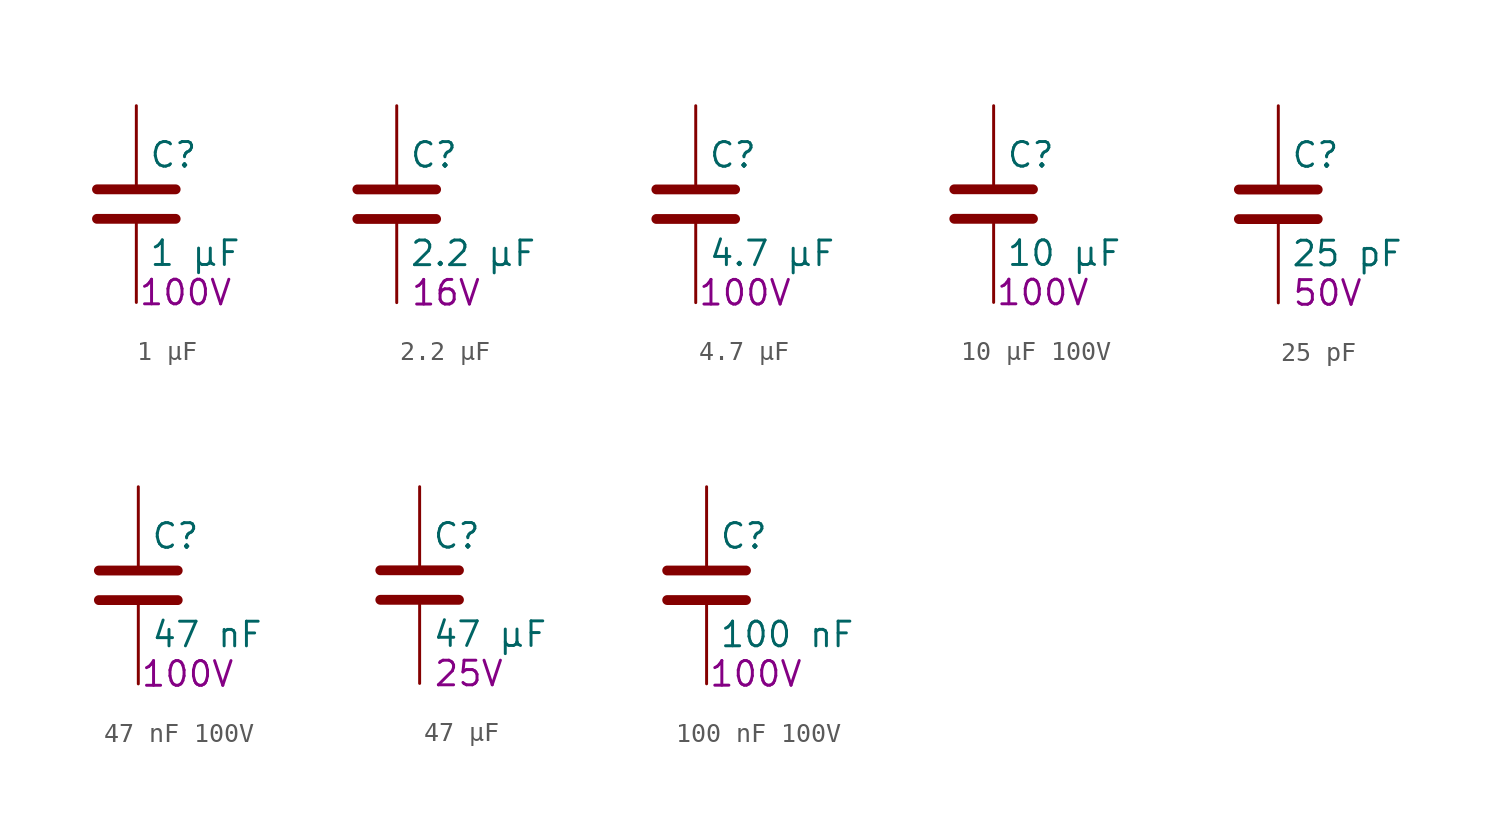
<source format=kicad_sym>
(kicad_symbol_lib
  (version 20241209)
  (generator "kicad_symbol_editor")
  (generator_version "9.0")
  (symbol "1 µF"
    (pin_numbers
      (hide yes))
    (pin_names
      (offset 0.254))
    (property "Reference" "C"
      (at 0.635 2.54 0)
      (effects (font (size 1.27 1.27)) (justify left)))
    (property "Value" "1 µF"
      (at 0.635 -2.54 0)
      (effects (font (size 1.27 1.27)) (justify left)))
    (property "Voltage Rating" "100V"
      (at 2.54 -4.572 0)
      (effects (font (size 1.27 1.27))))
    (symbol "1 µF_0_1"
      (polyline (pts (xy -2.032 0.762) (xy 2.032 0.762)) (stroke (width 0.508) (type default)) (fill (type none)))
      (polyline (pts (xy -2.032 -0.762) (xy 2.032 -0.762)) (stroke (width 0.508) (type default)) (fill (type none))))
    (symbol "1 µF_1_1"
      (pin passive line (at 0 5.08 270) (length 4.064) (name "~" (effects (font (size 1.27 1.27)))) (number "1" (effects (font (size 1.27 1.27)))))
      (pin passive line (at 0 -5.08 90) (length 4.064) (name "~" (effects (font (size 1.27 1.27)))) (number "2" (effects (font (size 1.27 1.27)))))))
  (symbol "2.2 µF"
    (pin_numbers
      (hide yes))
    (pin_names
      (offset 0.254))
    (property "Reference" "C"
      (at 0.635 2.54 0)
      (effects (font (size 1.27 1.27)) (justify left)))
    (property "Value" "2.2 µF"
      (at 0.635 -2.54 0)
      (effects (font (size 1.27 1.27)) (justify left)))
    (property "Voltage Rating" "16V"
      (at 2.54 -4.572 0)
      (effects (font (size 1.27 1.27))))
    (symbol "2.2 µF_0_1"
      (polyline (pts (xy -2.032 0.762) (xy 2.032 0.762)) (stroke (width 0.508) (type default)) (fill (type none)))
      (polyline (pts (xy -2.032 -0.762) (xy 2.032 -0.762)) (stroke (width 0.508) (type default)) (fill (type none))))
    (symbol "2.2 µF_1_1"
      (pin passive line (at 0 5.08 270) (length 4.064) (name "~" (effects (font (size 1.27 1.27)))) (number "1" (effects (font (size 1.27 1.27)))))
      (pin passive line (at 0 -5.08 90) (length 4.064) (name "~" (effects (font (size 1.27 1.27)))) (number "2" (effects (font (size 1.27 1.27)))))))
  (symbol "4.7 µF"
    (pin_numbers
      (hide yes))
    (pin_names
      (offset 0.254))
    (property "Reference" "C"
      (at 0.635 2.54 0)
      (effects (font (size 1.27 1.27)) (justify left)))
    (property "Value" "4.7 µF"
      (at 0.635 -2.54 0)
      (effects (font (size 1.27 1.27)) (justify left)))
    (property "Voltage Rating" "100V"
      (at 2.54 -4.572 0)
      (effects (font (size 1.27 1.27))))
    (symbol "4.7 µF_0_1"
      (polyline (pts (xy -2.032 0.762) (xy 2.032 0.762)) (stroke (width 0.508) (type default)) (fill (type none)))
      (polyline (pts (xy -2.032 -0.762) (xy 2.032 -0.762)) (stroke (width 0.508) (type default)) (fill (type none))))
    (symbol "4.7 µF_1_1"
      (pin passive line (at 0 5.08 270) (length 4.064) (name "~" (effects (font (size 1.27 1.27)))) (number "1" (effects (font (size 1.27 1.27)))))
      (pin passive line (at 0 -5.08 90) (length 4.064) (name "~" (effects (font (size 1.27 1.27)))) (number "2" (effects (font (size 1.27 1.27)))))))
  (symbol "10 µF 100V"
    (pin_numbers
      (hide yes))
    (pin_names
      (offset 0.254))
    (property "Reference" "C"
      (at 0.635 2.54 0)
      (effects (font (size 1.27 1.27)) (justify left)))
    (property "Value" "10 µF"
      (at 0.635 -2.54 0)
      (effects (font (size 1.27 1.27)) (justify left)))
    (property "Voltage Rating" "100V"
      (at 2.54 -4.572 0)
      (effects (font (size 1.27 1.27))))
    (symbol "10 µF 100V_0_1"
      (polyline (pts (xy -2.032 0.762) (xy 2.032 0.762)) (stroke (width 0.508) (type default)) (fill (type none)))
      (polyline (pts (xy -2.032 -0.762) (xy 2.032 -0.762)) (stroke (width 0.508) (type default)) (fill (type none))))
    (symbol "10 µF 100V_1_1"
      (pin passive line (at 0 5.08 270) (length 4.064) (name "~" (effects (font (size 1.27 1.27)))) (number "1" (effects (font (size 1.27 1.27)))))
      (pin passive line (at 0 -5.08 90) (length 4.064) (name "~" (effects (font (size 1.27 1.27)))) (number "2" (effects (font (size 1.27 1.27)))))))
  (symbol "25 pF"
    (pin_numbers
      (hide yes))
    (pin_names
      (offset 0.254))
    (property "Reference" "C"
      (at 0.635 2.54 0)
      (effects (font (size 1.27 1.27)) (justify left)))
    (property "Value" "25 pF"
      (at 0.635 -2.54 0)
      (effects (font (size 1.27 1.27)) (justify left)))
    (property "Voltage Rating" "50V"
      (at 2.54 -4.572 0)
      (effects (font (size 1.27 1.27))))
    (symbol "25 pF_0_1"
      (polyline (pts (xy -2.032 0.762) (xy 2.032 0.762)) (stroke (width 0.508) (type default)) (fill (type none)))
      (polyline (pts (xy -2.032 -0.762) (xy 2.032 -0.762)) (stroke (width 0.508) (type default)) (fill (type none))))
    (symbol "25 pF_1_1"
      (pin passive line (at 0 5.08 270) (length 4.064) (name "~" (effects (font (size 1.27 1.27)))) (number "1" (effects (font (size 1.27 1.27)))))
      (pin passive line (at 0 -5.08 90) (length 4.064) (name "~" (effects (font (size 1.27 1.27)))) (number "2" (effects (font (size 1.27 1.27)))))))
  (symbol "47 nF 100V"
    (pin_numbers
      (hide yes))
    (pin_names
      (offset 0.254))
    (property "Reference" "C"
      (at 0.635 2.54 0)
      (effects (font (size 1.27 1.27)) (justify left)))
    (property "Value" "47 nF"
      (at 0.635 -2.54 0)
      (effects (font (size 1.27 1.27)) (justify left)))
    (property "Voltage Rating" "100V"
      (at 2.54 -4.572 0)
      (effects (font (size 1.27 1.27))))
    (symbol "47 nF 100V_0_1"
      (polyline (pts (xy -2.032 0.762) (xy 2.032 0.762)) (stroke (width 0.508) (type default)) (fill (type none)))
      (polyline (pts (xy -2.032 -0.762) (xy 2.032 -0.762)) (stroke (width 0.508) (type default)) (fill (type none))))
    (symbol "47 nF 100V_1_1"
      (pin passive line (at 0 5.08 270) (length 4.064) (name "~" (effects (font (size 1.27 1.27)))) (number "1" (effects (font (size 1.27 1.27)))))
      (pin passive line (at 0 -5.08 90) (length 4.064) (name "~" (effects (font (size 1.27 1.27)))) (number "2" (effects (font (size 1.27 1.27)))))))
  (symbol "47 µF"
    (pin_numbers
      (hide yes))
    (pin_names
      (offset 0.254))
    (property "Reference" "C"
      (at 0.635 2.54 0)
      (effects (font (size 1.27 1.27)) (justify left)))
    (property "Value" "47 µF"
      (at 0.635 -2.54 0)
      (effects (font (size 1.27 1.27)) (justify left)))
    (property "Voltage Rating" "25V"
      (at 2.54 -4.572 0)
      (effects (font (size 1.27 1.27))))
    (symbol "47 µF_0_1"
      (polyline (pts (xy -2.032 0.762) (xy 2.032 0.762)) (stroke (width 0.508) (type default)) (fill (type none)))
      (polyline (pts (xy -2.032 -0.762) (xy 2.032 -0.762)) (stroke (width 0.508) (type default)) (fill (type none))))
    (symbol "47 µF_1_1"
      (pin passive line (at 0 5.08 270) (length 4.064) (name "~" (effects (font (size 1.27 1.27)))) (number "1" (effects (font (size 1.27 1.27)))))
      (pin passive line (at 0 -5.08 90) (length 4.064) (name "~" (effects (font (size 1.27 1.27)))) (number "2" (effects (font (size 1.27 1.27)))))))
  (symbol "100 nF 100V"
    (pin_numbers
      (hide yes))
    (pin_names
      (offset 0.254))
    (property "Reference" "C"
      (at 0.635 2.54 0)
      (effects (font (size 1.27 1.27)) (justify left)))
    (property "Value" "100 nF"
      (at 0.635 -2.54 0)
      (effects (font (size 1.27 1.27)) (justify left)))
    (property "Voltage Rating" "100V"
      (at 2.54 -4.572 0)
      (effects (font (size 1.27 1.27))))
    (symbol "100 nF 100V_0_1"
      (polyline (pts (xy -2.032 0.762) (xy 2.032 0.762)) (stroke (width 0.508) (type default)) (fill (type none)))
      (polyline (pts (xy -2.032 -0.762) (xy 2.032 -0.762)) (stroke (width 0.508) (type default)) (fill (type none))))
    (symbol "100 nF 100V_1_1"
      (pin passive line (at 0 5.08 270) (length 4.064) (name "~" (effects (font (size 1.27 1.27)))) (number "1" (effects (font (size 1.27 1.27)))))
      (pin passive line (at 0 -5.08 90) (length 4.064) (name "~" (effects (font (size 1.27 1.27)))) (number "2" (effects (font (size 1.27 1.27))))))))
</source>
